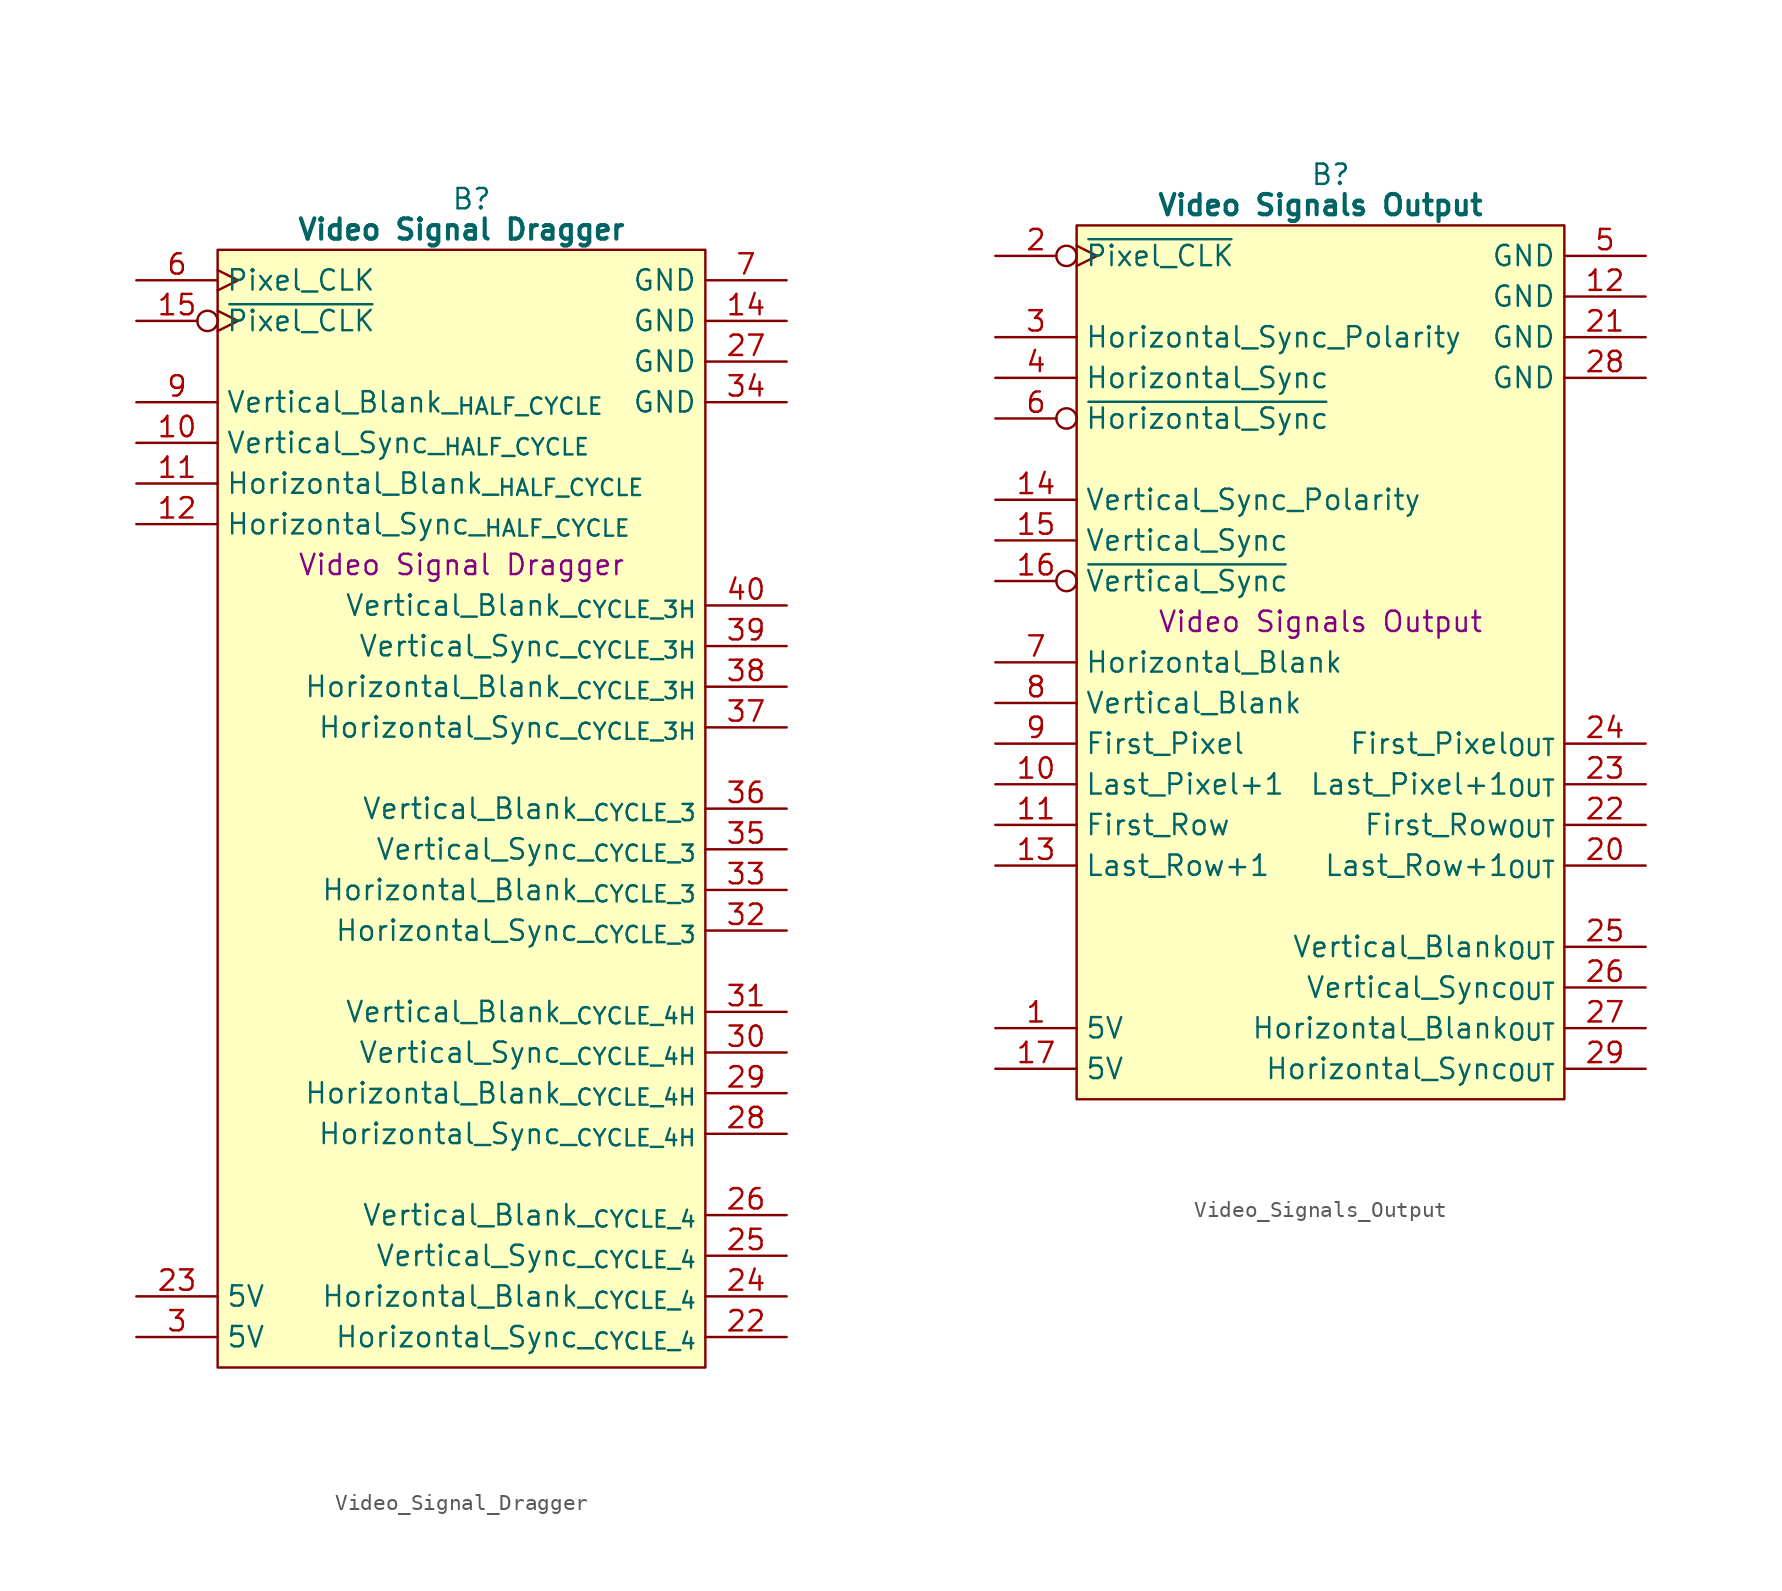
<source format=kicad_sym>
(kicad_symbol_lib
  (version 20241209)
  (generator "kicad_symbol_editor")
  (generator_version "9.0")
  (symbol "Video_Signal_Dragger"
    (property "Reference" "B"
      (at 15.875 5.08 0)
      (effects (font (size 1.27 1.27))))
    (property "Value" "Video Signal Dragger"
      (at 15.24 3.175 0)
      (effects (font (size 1.27 1.27) (bold yes))))
    (property "Description" "Video Signal Dragger"
      (at 15.24 -17.78 0)
      (effects (font (size 1.27 1.27))))
    (symbol "Video_Signal_Dragger_0_1"
      (polyline (pts (xy 0 1.905) (xy 30.48 1.905) (xy 30.48 -67.945) (xy 0 -67.945) (xy 0 1.905)) (stroke (width 0.152) (type default)) (fill (type background))))
    (symbol "Video_Signal_Dragger_1_0"
      (pin passive line (at 35.56 -7.62 180) (length 5.08) (name "GND" (effects (font (size 1.27 1.27)))) (number "34" (effects (font (size 1.27 1.27)))))
      (pin output line (at 35.56 -22.86 180) (length 5.08) (name "Vertical_Sync__{CYCLE_3H}" (effects (font (size 1.27 1.27)))) (number "39" (effects (font (size 1.27 1.27)))))
      (pin output line (at 35.56 -25.4 180) (length 5.08) (name "Horizontal_Blank__{CYCLE_3H}" (effects (font (size 1.27 1.27)))) (number "38" (effects (font (size 1.27 1.27)))))
      (pin output line (at 35.56 -27.94 180) (length 5.08) (name "Horizontal_Sync__{CYCLE_3H}" (effects (font (size 1.27 1.27)))) (number "37" (effects (font (size 1.27 1.27)))))
      (pin output line (at 35.56 -33.02 180) (length 5.08) (name "Vertical_Blank__{CYCLE_3}" (effects (font (size 1.27 1.27)))) (number "36" (effects (font (size 1.27 1.27)))))
      (pin output line (at 35.56 -38.1 180) (length 5.08) (name "Horizontal_Blank__{CYCLE_3}" (effects (font (size 1.27 1.27)))) (number "33" (effects (font (size 1.27 1.27)))))
      (pin output line (at 35.56 -40.64 180) (length 5.08) (name "Horizontal_Sync__{CYCLE_3}" (effects (font (size 1.27 1.27)))) (number "32" (effects (font (size 1.27 1.27))))))
    (symbol "Video_Signal_Dragger_1_1"
      (pin input clock (at -5.08 0 0) (length 5.08) (name "Pixel_CLK" (effects (font (size 1.27 1.27)))) (number "6" (effects (font (size 1.27 1.27)))))
      (pin input inverted_clock (at -5.08 -2.54 0) (length 5.08) (name "~{Pixel_CLK}" (effects (font (size 1.27 1.27)))) (number "15" (effects (font (size 1.27 1.27)))))
      (pin input line (at -5.08 -7.62 0) (length 5.08) (name "Vertical_Blank__{HALF_CYCLE}" (effects (font (size 1.27 1.27)))) (number "9" (effects (font (size 1.27 1.27)))))
      (pin input line (at -5.08 -10.16 0) (length 5.08) (name "Vertical_Sync__{HALF_CYCLE}" (effects (font (size 1.27 1.27)))) (number "10" (effects (font (size 1.27 1.27)))))
      (pin input line (at -5.08 -12.7 0) (length 5.08) (name "Horizontal_Blank__{HALF_CYCLE}" (effects (font (size 1.27 1.27)))) (number "11" (effects (font (size 1.27 1.27)))))
      (pin input line (at -5.08 -15.24 0) (length 5.08) (name "Horizontal_Sync__{HALF_CYCLE}" (effects (font (size 1.27 1.27)))) (number "12" (effects (font (size 1.27 1.27)))))
      (pin no_connect line (at -5.08 -22.86 0) (length 5.08) (hide yes) (name "N.C." (effects (font (size 1.27 1.27)))) (number "1" (effects (font (size 1.27 1.27)))))
      (pin no_connect line (at -5.08 -25.4 0) (length 5.08) (hide yes) (name "N.C." (effects (font (size 1.27 1.27)))) (number "2" (effects (font (size 1.27 1.27)))))
      (pin no_connect line (at -5.08 -27.94 0) (length 5.08) (hide yes) (name "N.C." (effects (font (size 1.27 1.27)))) (number "4" (effects (font (size 1.27 1.27)))))
      (pin no_connect line (at -5.08 -30.48 0) (length 5.08) (hide yes) (name "N.C." (effects (font (size 1.27 1.27)))) (number "5" (effects (font (size 1.27 1.27)))))
      (pin no_connect line (at -5.08 -33.02 0) (length 5.08) (hide yes) (name "N.C." (effects (font (size 1.27 1.27)))) (number "20" (effects (font (size 1.27 1.27)))))
      (pin no_connect line (at -5.08 -35.56 0) (length 5.08) (hide yes) (name "N.C." (effects (font (size 1.27 1.27)))) (number "8" (effects (font (size 1.27 1.27)))))
      (pin no_connect line (at -5.08 -38.1 0) (length 5.08) (hide yes) (name "N.C." (effects (font (size 1.27 1.27)))) (number "13" (effects (font (size 1.27 1.27)))))
      (pin no_connect inverted_clock (at -5.08 -40.64 0) (length 5.08) (hide yes) (name "N.C." (effects (font (size 1.27 1.27)))) (number "19" (effects (font (size 1.27 1.27)))))
      (pin no_connect line (at -5.08 -43.18 0) (length 5.08) (hide yes) (name "N.C." (effects (font (size 1.27 1.27)))) (number "16" (effects (font (size 1.27 1.27)))))
      (pin no_connect line (at -5.08 -45.72 0) (length 5.08) (hide yes) (name "N.C." (effects (font (size 1.27 1.27)))) (number "17" (effects (font (size 1.27 1.27)))))
      (pin no_connect line (at -5.08 -48.26 0) (length 5.08) (hide yes) (name "N.C." (effects (font (size 1.27 1.27)))) (number "18" (effects (font (size 1.27 1.27)))))
      (pin no_connect line (at -5.08 -50.8 0) (length 5.08) (hide yes) (name "N.C." (effects (font (size 1.27 1.27)))) (number "21" (effects (font (size 1.27 1.27)))))
      (pin passive line (at -5.08 -63.5 0) (length 5.08) (name "5V" (effects (font (size 1.27 1.27)))) (number "23" (effects (font (size 1.27 1.27)))))
      (pin passive line (at -5.08 -66.04 0) (length 5.08) (name "5V" (effects (font (size 1.27 1.27)))) (number "3" (effects (font (size 1.27 1.27)))))
      (pin passive line (at 35.56 0 180) (length 5.08) (name "GND" (effects (font (size 1.27 1.27)))) (number "7" (effects (font (size 1.27 1.27)))))
      (pin passive line (at 35.56 -2.54 180) (length 5.08) (name "GND" (effects (font (size 1.27 1.27)))) (number "14" (effects (font (size 1.27 1.27)))))
      (pin passive line (at 35.56 -5.08 180) (length 5.08) (name "GND" (effects (font (size 1.27 1.27)))) (number "27" (effects (font (size 1.27 1.27)))))
      (pin output line (at 35.56 -20.32 180) (length 5.08) (name "Vertical_Blank__{CYCLE_3H}" (effects (font (size 1.27 1.27)))) (number "40" (effects (font (size 1.27 1.27)))))
      (pin output line (at 35.56 -35.56 180) (length 5.08) (name "Vertical_Sync__{CYCLE_3}" (effects (font (size 1.27 1.27)))) (number "35" (effects (font (size 1.27 1.27)))))
      (pin output line (at 35.56 -45.72 180) (length 5.08) (name "Vertical_Blank__{CYCLE_4H}" (effects (font (size 1.27 1.27)))) (number "31" (effects (font (size 1.27 1.27)))))
      (pin output line (at 35.56 -48.26 180) (length 5.08) (name "Vertical_Sync__{CYCLE_4H}" (effects (font (size 1.27 1.27)))) (number "30" (effects (font (size 1.27 1.27)))))
      (pin output line (at 35.56 -50.8 180) (length 5.08) (name "Horizontal_Blank__{CYCLE_4H}" (effects (font (size 1.27 1.27)))) (number "29" (effects (font (size 1.27 1.27)))))
      (pin output line (at 35.56 -53.34 180) (length 5.08) (name "Horizontal_Sync__{CYCLE_4H}" (effects (font (size 1.27 1.27)))) (number "28" (effects (font (size 1.27 1.27)))))
      (pin output line (at 35.56 -58.42 180) (length 5.08) (name "Vertical_Blank__{CYCLE_4}" (effects (font (size 1.27 1.27)))) (number "26" (effects (font (size 1.27 1.27)))))
      (pin output line (at 35.56 -60.96 180) (length 5.08) (name "Vertical_Sync__{CYCLE_4}" (effects (font (size 1.27 1.27)))) (number "25" (effects (font (size 1.27 1.27)))))
      (pin output line (at 35.56 -63.5 180) (length 5.08) (name "Horizontal_Blank__{CYCLE_4}" (effects (font (size 1.27 1.27)))) (number "24" (effects (font (size 1.27 1.27)))))
      (pin output line (at 35.56 -66.04 180) (length 5.08) (name "Horizontal_Sync__{CYCLE_4}" (effects (font (size 1.27 1.27)))) (number "22" (effects (font (size 1.27 1.27)))))))
  (symbol "Video_Signals_Output"
    (property "Reference" "B"
      (at 15.875 5.08 0)
      (effects (font (size 1.27 1.27))))
    (property "Value" "Video Signals Output"
      (at 15.24 3.175 0)
      (effects (font (size 1.27 1.27) (bold yes))))
    (property "Description" "Video Signals Output"
      (at 15.24 -22.86 0)
      (effects (font (size 1.27 1.27))))
    (symbol "Video_Signals_Output_0_1"
      (polyline (pts (xy 0 1.905) (xy 30.48 1.905) (xy 30.48 -52.705) (xy 0 -52.705) (xy 0 1.905)) (stroke (width 0.152) (type default)) (fill (type background))))
    (symbol "Video_Signals_Output_1_0"
      (pin no_connect line (at 35.56 -15.24 180) (length 5.08) (hide yes) (name "N.C." (effects (font (size 1.27 1.27)))) (number "32" (effects (font (size 1.27 1.27))))))
    (symbol "Video_Signals_Output_1_1"
      (pin input inverted_clock (at -5.08 0 0) (length 5.08) (name "~{Pixel_CLK}" (effects (font (size 1.27 1.27)))) (number "2" (effects (font (size 1.27 1.27)))))
      (pin input line (at -5.08 -5.08 0) (length 5.08) (name "Horizontal_Sync_Polarity" (effects (font (size 1.27 1.27)))) (number "3" (effects (font (size 1.27 1.27)))))
      (pin input line (at -5.08 -7.62 0) (length 5.08) (name "Horizontal_Sync" (effects (font (size 1.27 1.27)))) (number "4" (effects (font (size 1.27 1.27)))))
      (pin input inverted (at -5.08 -10.16 0) (length 5.08) (name "~{Horizontal_Sync}" (effects (font (size 1.27 1.27)))) (number "6" (effects (font (size 1.27 1.27)))))
      (pin input line (at -5.08 -15.24 0) (length 5.08) (name "Vertical_Sync_Polarity" (effects (font (size 1.27 1.27)))) (number "14" (effects (font (size 1.27 1.27)))))
      (pin input line (at -5.08 -17.78 0) (length 5.08) (name "Vertical_Sync" (effects (font (size 1.27 1.27)))) (number "15" (effects (font (size 1.27 1.27)))))
      (pin input inverted (at -5.08 -20.32 0) (length 5.08) (name "~{Vertical_Sync}" (effects (font (size 1.27 1.27)))) (number "16" (effects (font (size 1.27 1.27)))))
      (pin input line (at -5.08 -25.4 0) (length 5.08) (name "Horizontal_Blank" (effects (font (size 1.27 1.27)))) (number "7" (effects (font (size 1.27 1.27)))))
      (pin input line (at -5.08 -27.94 0) (length 5.08) (name "Vertical_Blank" (effects (font (size 1.27 1.27)))) (number "8" (effects (font (size 1.27 1.27)))))
      (pin input line (at -5.08 -30.48 0) (length 5.08) (name "First_Pixel" (effects (font (size 1.27 1.27)))) (number "9" (effects (font (size 1.27 1.27)))))
      (pin input line (at -5.08 -33.02 0) (length 5.08) (name "Last_Pixel+1" (effects (font (size 1.27 1.27)))) (number "10" (effects (font (size 1.27 1.27)))))
      (pin input line (at -5.08 -35.56 0) (length 5.08) (name "First_Row" (effects (font (size 1.27 1.27)))) (number "11" (effects (font (size 1.27 1.27)))))
      (pin input line (at -5.08 -38.1 0) (length 5.08) (name "Last_Row+1" (effects (font (size 1.27 1.27)))) (number "13" (effects (font (size 1.27 1.27)))))
      (pin passive line (at -5.08 -48.26 0) (length 5.08) (name "5V" (effects (font (size 1.27 1.27)))) (number "1" (effects (font (size 1.27 1.27)))))
      (pin passive line (at -5.08 -50.8 0) (length 5.08) (name "5V" (effects (font (size 1.27 1.27)))) (number "17" (effects (font (size 1.27 1.27)))))
      (pin passive line (at 35.56 0 180) (length 5.08) (name "GND" (effects (font (size 1.27 1.27)))) (number "5" (effects (font (size 1.27 1.27)))))
      (pin passive line (at 35.56 -2.54 180) (length 5.08) (name "GND" (effects (font (size 1.27 1.27)))) (number "12" (effects (font (size 1.27 1.27)))))
      (pin passive line (at 35.56 -5.08 180) (length 5.08) (name "GND" (effects (font (size 1.27 1.27)))) (number "21" (effects (font (size 1.27 1.27)))))
      (pin passive line (at 35.56 -7.62 180) (length 5.08) (name "GND" (effects (font (size 1.27 1.27)))) (number "28" (effects (font (size 1.27 1.27)))))
      (pin no_connect line (at 35.56 -10.16 180) (length 5.08) (hide yes) (name "N.C." (effects (font (size 1.27 1.27)))) (number "30" (effects (font (size 1.27 1.27)))))
      (pin no_connect line (at 35.56 -12.7 180) (length 5.08) (hide yes) (name "N.C." (effects (font (size 1.27 1.27)))) (number "31" (effects (font (size 1.27 1.27)))))
      (pin no_connect line (at 35.56 -17.78 180) (length 5.08) (hide yes) (name "N.C." (effects (font (size 1.27 1.27)))) (number "18" (effects (font (size 1.27 1.27)))))
      (pin no_connect line (at 35.56 -20.32 180) (length 5.08) (hide yes) (name "N.C." (effects (font (size 1.27 1.27)))) (number "19" (effects (font (size 1.27 1.27)))))
      (pin output line (at 35.56 -30.48 180) (length 5.08) (name "First_Pixel_{OUT}" (effects (font (size 1.27 1.27)))) (number "24" (effects (font (size 1.27 1.27)))))
      (pin output line (at 35.56 -33.02 180) (length 5.08) (name "Last_Pixel+1_{OUT}" (effects (font (size 1.27 1.27)))) (number "23" (effects (font (size 1.27 1.27)))))
      (pin output line (at 35.56 -35.56 180) (length 5.08) (name "First_Row_{OUT}" (effects (font (size 1.27 1.27)))) (number "22" (effects (font (size 1.27 1.27)))))
      (pin output line (at 35.56 -38.1 180) (length 5.08) (name "Last_Row+1_{OUT}" (effects (font (size 1.27 1.27)))) (number "20" (effects (font (size 1.27 1.27)))))
      (pin output line (at 35.56 -43.18 180) (length 5.08) (name "Vertical_Blank_{OUT}" (effects (font (size 1.27 1.27)))) (number "25" (effects (font (size 1.27 1.27)))))
      (pin output line (at 35.56 -45.72 180) (length 5.08) (name "Vertical_Sync_{OUT}" (effects (font (size 1.27 1.27)))) (number "26" (effects (font (size 1.27 1.27)))))
      (pin output line (at 35.56 -48.26 180) (length 5.08) (name "Horizontal_Blank_{OUT}" (effects (font (size 1.27 1.27)))) (number "27" (effects (font (size 1.27 1.27)))))
      (pin output line (at 35.56 -50.8 180) (length 5.08) (name "Horizontal_Sync_{OUT}" (effects (font (size 1.27 1.27)))) (number "29" (effects (font (size 1.27 1.27))))))))
</source>
